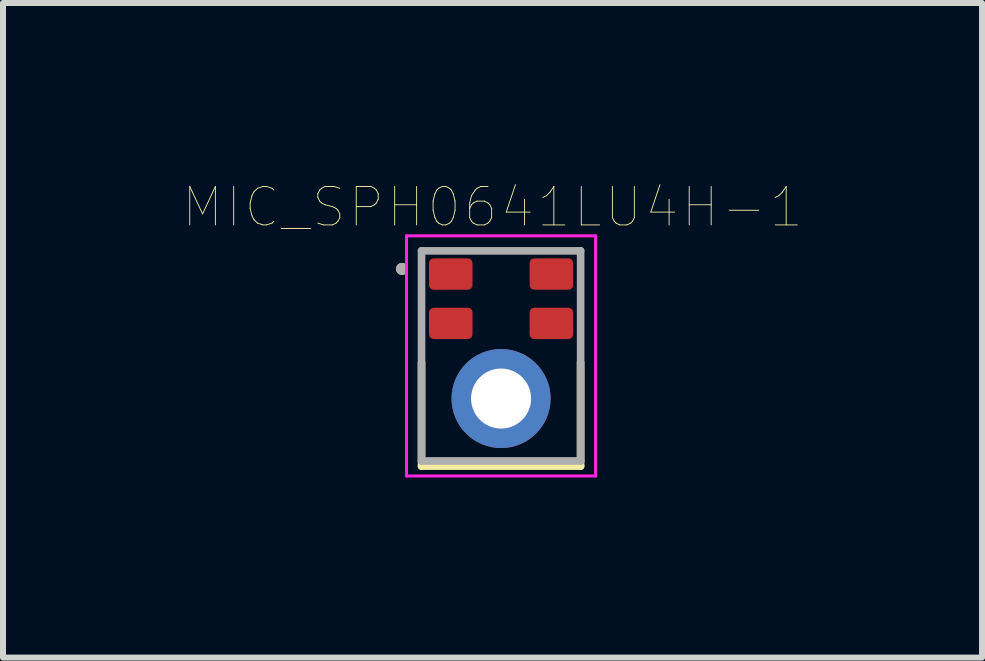
<source format=kicad_pcb>
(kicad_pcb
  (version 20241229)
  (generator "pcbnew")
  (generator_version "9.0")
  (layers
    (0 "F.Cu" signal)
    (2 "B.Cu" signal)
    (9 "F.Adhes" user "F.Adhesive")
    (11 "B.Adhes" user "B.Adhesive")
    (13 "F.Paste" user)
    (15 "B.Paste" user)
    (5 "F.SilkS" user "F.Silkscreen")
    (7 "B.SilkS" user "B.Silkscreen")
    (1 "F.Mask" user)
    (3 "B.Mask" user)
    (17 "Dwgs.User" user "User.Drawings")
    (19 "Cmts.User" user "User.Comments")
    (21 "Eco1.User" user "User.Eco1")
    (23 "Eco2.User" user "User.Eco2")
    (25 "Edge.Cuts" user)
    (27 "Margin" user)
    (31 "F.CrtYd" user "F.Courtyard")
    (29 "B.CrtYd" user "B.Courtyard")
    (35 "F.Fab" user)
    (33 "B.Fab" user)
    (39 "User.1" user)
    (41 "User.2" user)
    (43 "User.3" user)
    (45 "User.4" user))
  (footprint "MIC_SPH0641LU4H-1"
    (layer "F.Cu")
    (at 5.297 3.589)
    (property "Reference" "MIC_SPH0641LU4H-1" (at -0.142 -3.188 0) (layer "F.SilkS") (effects (font (size 0.64 0.64) (thickness 0.015))))
    (attr through_hole)
    (fp_line (start -1.325 1.126) (end -1.325 -0.6) (stroke (width 0.127) (type solid)) (layer "F.SilkS"))
    (fp_line (start 1.325 -0.6) (end 1.325 1.126) (stroke (width 0.127) (type solid)) (layer "F.SilkS"))
    (fp_line (start 1.325 1.126) (end -1.325 1.126) (stroke (width 0.127) (type solid)) (layer "F.SilkS"))
    (fp_circle (center -1.651 -2.159) (end -1.601 -2.159) (stroke (width 0.1) (type solid)) (fill no) (layer "F.SilkS"))
    (fp_poly (pts (xy -0.53 0.38) (xy -0.425 0.28) (xy -0.46 0.23) (xy -0.5 0.12) (xy -0.514 0) (xy -0.5 -0.12) (xy -0.462 -0.225) (xy -0.426 -0.288) (xy -0.525 -0.385) (xy -0.64 -0.5) (xy -0.705 -0.405) (xy -0.75 -0.31) (xy -0.78 -0.22) (xy -0.8 -0.14) (xy -0.81 0) (xy -0.796 0.16) (xy -0.75 0.31) (xy -0.69 0.425) (xy -0.645 0.495)) (stroke (width 0.001) (type solid)) (fill yes) (layer "F.Paste"))
    (fp_poly (pts (xy 0.53 -0.375) (xy 0.435 -0.28) (xy 0.46 -0.23) (xy 0.485 -0.175) (xy 0.5 -0.12) (xy 0.51 -0.06) (xy 0.514 0) (xy 0.5 0.12) (xy 0.462 0.225) (xy 0.426 0.283) (xy 0.525 0.385) (xy 0.64 0.5) (xy 0.7 0.41) (xy 0.75 0.31) (xy 0.78 0.23) (xy 0.8 0.14) (xy 0.81 0) (xy 0.796 -0.16) (xy 0.75 -0.31) (xy 0.7 -0.415) (xy 0.645 -0.49)) (stroke (width 0.001) (type solid)) (fill yes) (layer "F.Paste"))
    (fp_poly (pts (xy 0.385 0.53) (xy 0.28 0.425) (xy 0.23 0.46) (xy 0.12 0.5) (xy 0 0.514) (xy -0.12 0.5) (xy -0.225 0.462) (xy -0.283 0.421) (xy -0.38 0.52) (xy -0.5 0.64) (xy -0.405 0.705) (xy -0.31 0.75) (xy -0.23 0.78) (xy -0.14 0.8) (xy -0.06 0.81) (xy 0 0.81) (xy 0.065 0.81) (xy 0.16 0.796) (xy 0.235 0.78) (xy 0.31 0.75) (xy 0.405 0.705) (xy 0.5 0.64)) (stroke (width 0.001) (type solid)) (fill yes) (layer "F.Paste"))
    (fp_poly (pts (xy -0.385 -0.53) (xy -0.285 -0.43) (xy -0.23 -0.465) (xy -0.12 -0.505) (xy -0.12 -0.51) (xy -0.11 -0.505) (xy -0.005 -0.52) (xy 0.005 -0.524) (xy 0.005 -0.52) (xy 0.125 -0.505) (xy 0.225 -0.462) (xy 0.293 -0.426) (xy 0.39 -0.525) (xy 0.505 -0.635) (xy 0.41 -0.7) (xy 0.31 -0.75) (xy 0.22 -0.78) (xy 0.14 -0.8) (xy 0 -0.81) (xy -0.16 -0.796) (xy -0.31 -0.75) (xy -0.4 -0.705) (xy -0.5 -0.64)) (stroke (width 0.001) (type solid)) (fill yes) (layer "F.Paste"))
    (fp_line (start -1.575 -2.71) (end 1.575 -2.71) (stroke (width 0.05) (type solid)) (layer "F.CrtYd"))
    (fp_line (start -1.575 1.29) (end -1.575 -2.71) (stroke (width 0.05) (type solid)) (layer "F.CrtYd"))
    (fp_line (start 1.575 -2.71) (end 1.575 1.29) (stroke (width 0.05) (type solid)) (layer "F.CrtYd"))
    (fp_line (start 1.575 1.29) (end -1.575 1.29) (stroke (width 0.05) (type solid)) (layer "F.CrtYd"))
    (fp_line (start -1.325 -2.46) (end 1.325 -2.46) (stroke (width 0.127) (type solid)) (layer "F.Fab"))
    (fp_line (start -1.325 1.04) (end -1.325 -2.46) (stroke (width 0.127) (type solid)) (layer "F.Fab"))
    (fp_line (start 1.325 -2.46) (end 1.325 1.04) (stroke (width 0.127) (type solid)) (layer "F.Fab"))
    (fp_line (start 1.325 1.04) (end -1.325 1.04) (stroke (width 0.127) (type solid)) (layer "F.Fab"))
    (fp_circle (center -1.651 -2.159) (end -1.601 -2.159) (stroke (width 0.1) (type solid)) (fill no) (layer "F.Fab"))
    (pad "1" smd roundrect (at -0.838 -2.074) (size 0.725 0.522) (layers "F.Cu" "F.Mask" "F.Paste") (roundrect_rratio 0.15))
    (pad "2" smd roundrect (at -0.838 -1.252) (size 0.725 0.522) (layers "F.Cu" "F.Mask" "F.Paste") (roundrect_rratio 0.15))
    (pad "3" thru_hole circle (at 0 0) (size 1.65 1.65) (drill 1) (layers "*.Mask" "F.Cu"))
    (pad "4" smd roundrect (at 0.838 -1.252) (size 0.725 0.522) (layers "F.Cu" "F.Mask" "F.Paste") (roundrect_rratio 0.15))
    (pad "5" smd roundrect (at 0.838 -2.074) (size 0.725 0.522) (layers "F.Cu" "F.Mask" "F.Paste") (roundrect_rratio 0.15)))
  (gr_rect
    (start -3 -3)
    (end 13.309 7.904)
    (stroke (width 0.1) (type default))
    (fill no)
    (layer "Edge.Cuts")))
</source>
